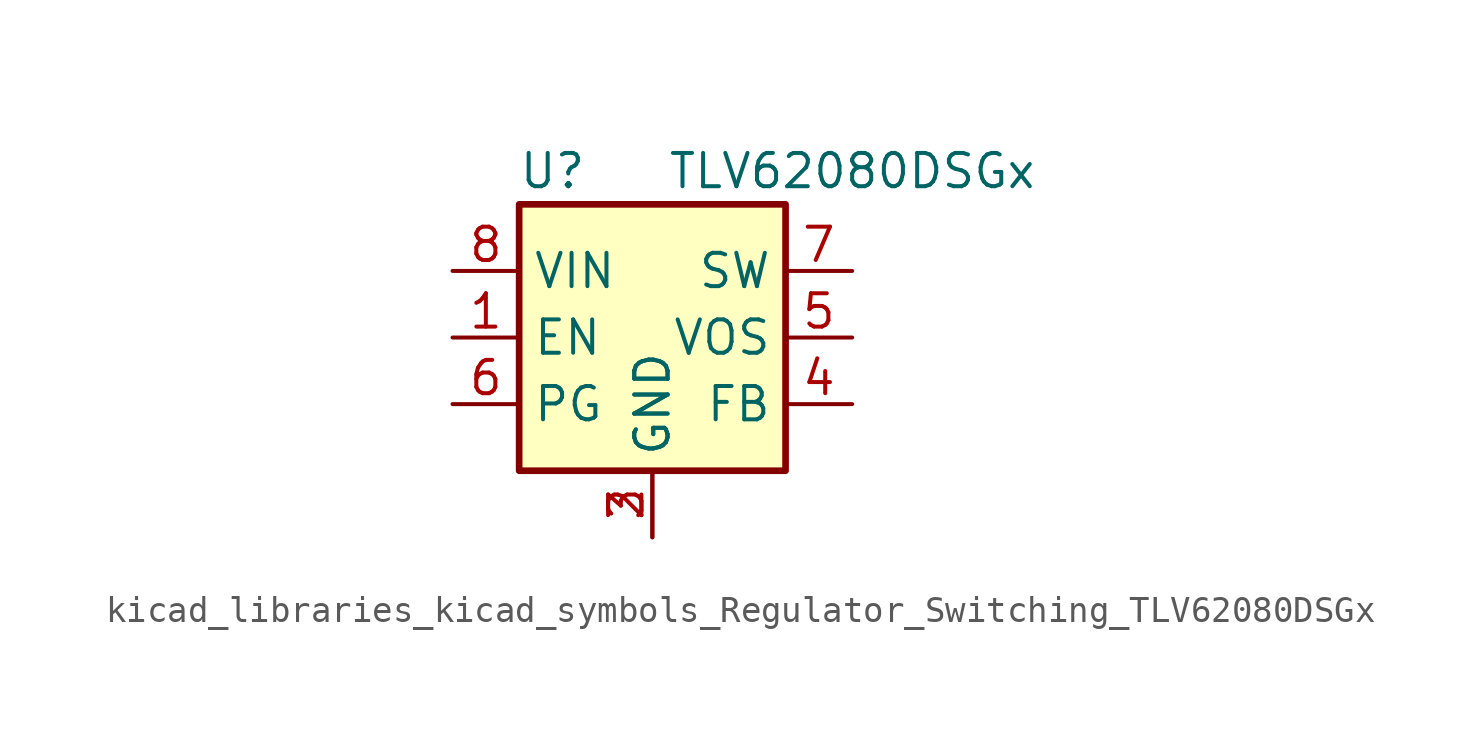
<source format=kicad_sym>
(kicad_symbol_lib
  (version 20220914)
  (generator kicad_symbol_editor)
  (symbol "kicad_libraries_kicad_symbols_Regulator_Switching_TLV62080DSGx"
    (property "Reference" "U"
      (at -3.81 6.35 0)
      (effects (font (size 1.27 1.27))))
    (property "Value" "TLV62080DSGx"
      (at 7.62 6.35 0)
      (effects (font (size 1.27 1.27))))
    (symbol "kicad_libraries_kicad_symbols_Regulator_Switching_TLV62080DSGx_0_1"
      (rectangle (start -5.08 -5.08) (end 5.08 5.08) (stroke (width 0.254) (type default)) (fill (type background)))
      (pin input line (at -7.62 0 0) (length 2.54) (name "EN" (effects (font (size 1.27 1.27)))) (number "1" (effects (font (size 1.27 1.27)))))
      (pin power_in line (at 0 -7.62 90) (length 2.54) (name "GND" (effects (font (size 1.27 1.27)))) (number "2" (effects (font (size 1.27 1.27)))))
      (pin power_in line (at 0 -7.62 90) (length 2.54) (name "GND" (effects (font (size 1.27 1.27)))) (number "3" (effects (font (size 1.27 1.27)))))
      (pin input line (at 7.62 -2.54 180) (length 2.54) (name "FB" (effects (font (size 1.27 1.27)))) (number "4" (effects (font (size 1.27 1.27)))))
      (pin input line (at 7.62 0 180) (length 2.54) (name "VOS" (effects (font (size 1.27 1.27)))) (number "5" (effects (font (size 1.27 1.27)))))
      (pin open_collector line (at -7.62 -2.54 0) (length 2.54) (name "PG" (effects (font (size 1.27 1.27)))) (number "6" (effects (font (size 1.27 1.27)))))
      (pin power_out line (at 7.62 2.54 180) (length 2.54) (name "SW" (effects (font (size 1.27 1.27)))) (number "7" (effects (font (size 1.27 1.27)))))
      (pin power_in line (at -7.62 2.54 0) (length 2.54) (name "VIN" (effects (font (size 1.27 1.27)))) (number "8" (effects (font (size 1.27 1.27)))))
      (pin passive line (at 0 -7.62 90) (length 2.54) hide (name "GND" (effects (font (size 1.27 1.27)))) (number "9" (effects (font (size 1.27 1.27))))))))
</source>
